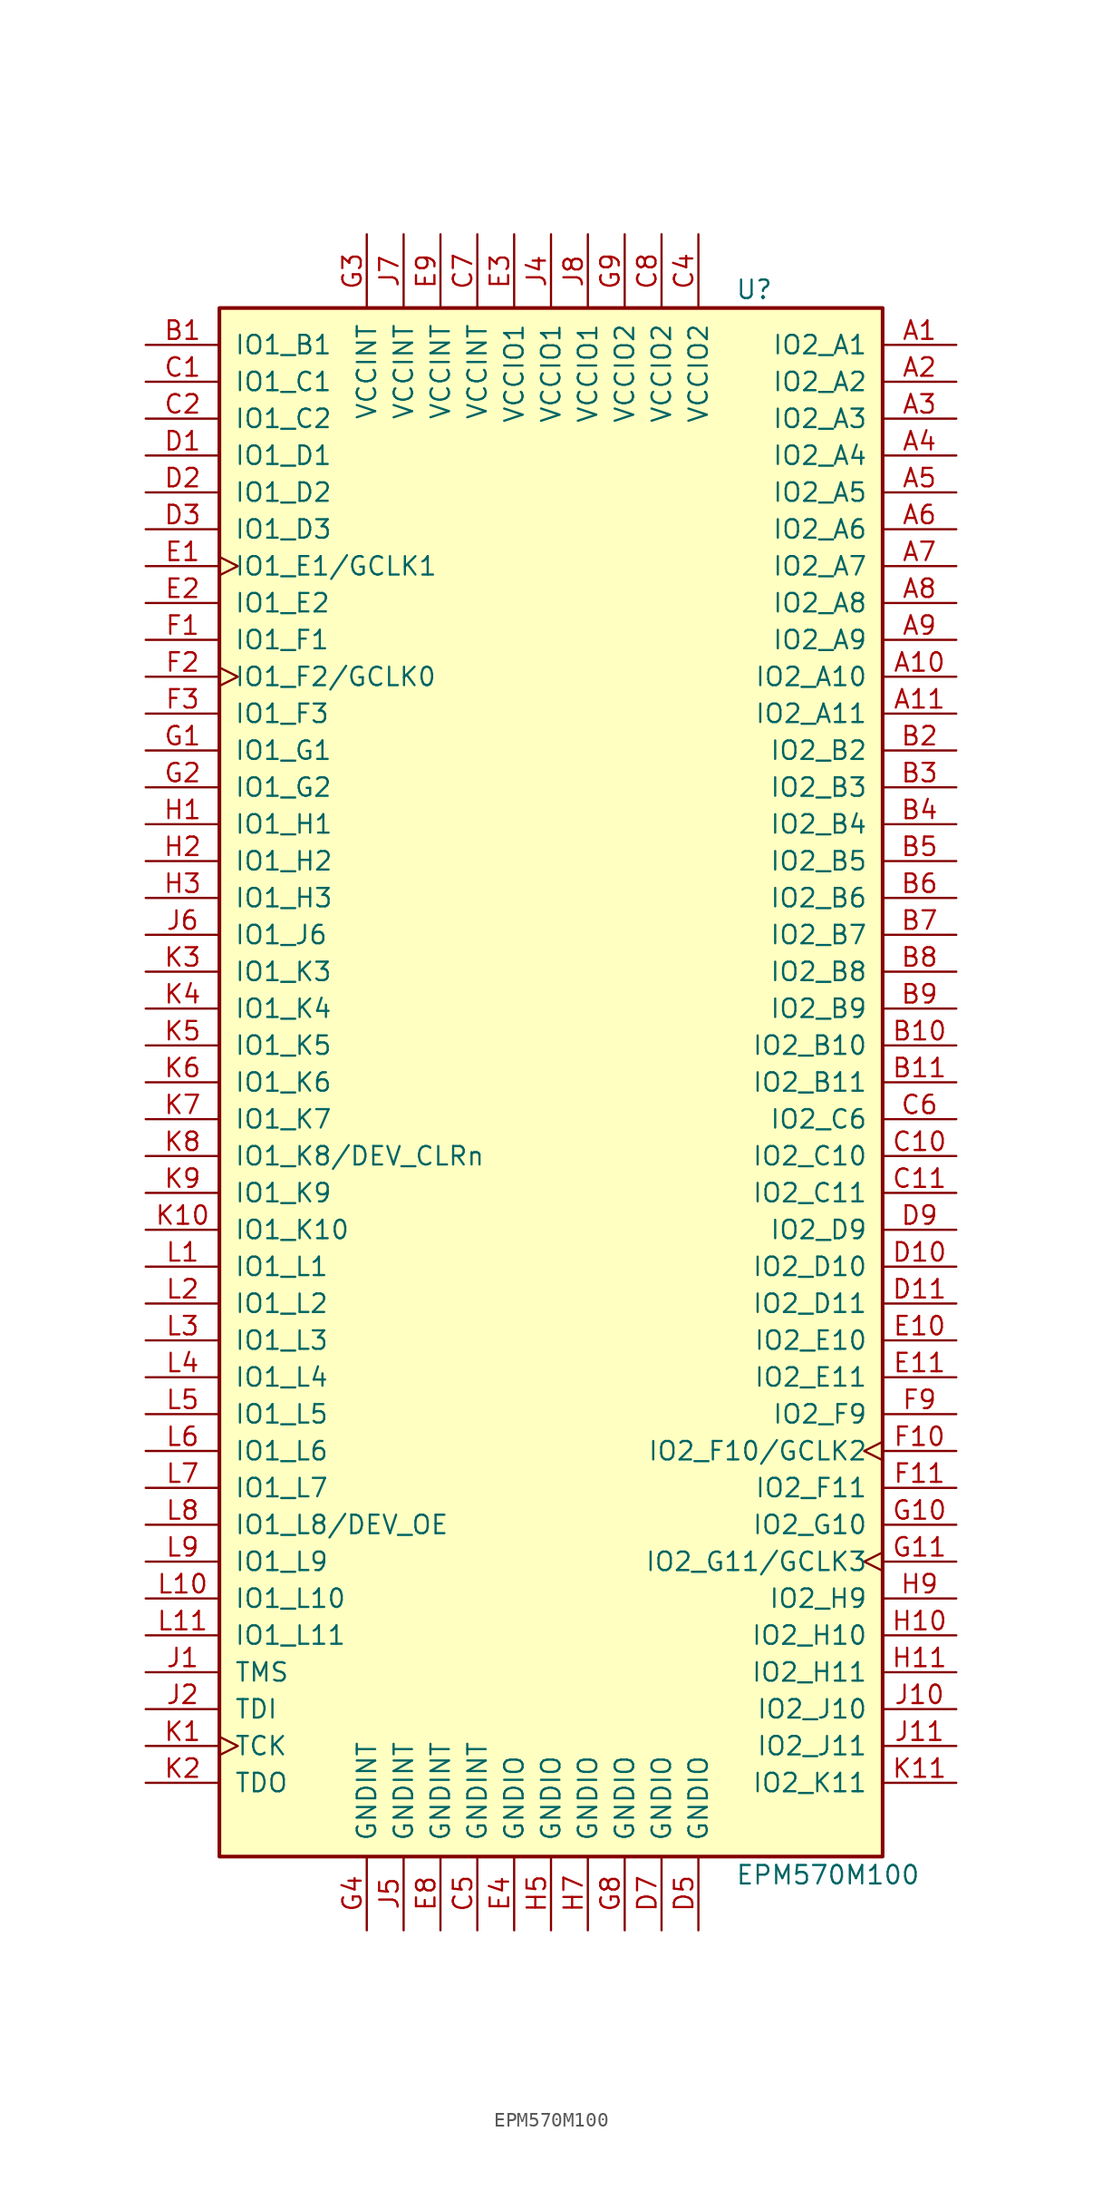
<source format=kicad_sym>
(kicad_symbol_lib
  (version 20220914)
  (generator kicad_symbol_editor)
  (symbol "EPM570M100"
    (pin_names
      (offset 1.016))
    (property "Reference" "U"
      (at 12.7 54.61 0)
      (effects (font (size 1.27 1.27)) (justify left)))
    (property "Value" "EPM570M100"
      (at 12.7 -54.61 0)
      (effects (font (size 1.27 1.27)) (justify left)))
    (property "ki_locked" ""
      (at 0 0 0)
      (effects (font (size 1.27 1.27))))
    (symbol "EPM570M100_1_1"
      (rectangle (start -22.86 53.34) (end 22.86 -53.34) (stroke (width 0.254) (type default)) (fill (type background)))
      (pin bidirectional line (at 27.94 50.8 180) (length 5.08) (name "IO2_A1" (effects (font (size 1.27 1.27)))) (number "A1" (effects (font (size 1.27 1.27)))))
      (pin bidirectional line (at 27.94 27.94 180) (length 5.08) (name "IO2_A10" (effects (font (size 1.27 1.27)))) (number "A10" (effects (font (size 1.27 1.27)))))
      (pin bidirectional line (at 27.94 25.4 180) (length 5.08) (name "IO2_A11" (effects (font (size 1.27 1.27)))) (number "A11" (effects (font (size 1.27 1.27)))))
      (pin bidirectional line (at 27.94 48.26 180) (length 5.08) (name "IO2_A2" (effects (font (size 1.27 1.27)))) (number "A2" (effects (font (size 1.27 1.27)))))
      (pin bidirectional line (at 27.94 45.72 180) (length 5.08) (name "IO2_A3" (effects (font (size 1.27 1.27)))) (number "A3" (effects (font (size 1.27 1.27)))))
      (pin bidirectional line (at 27.94 43.18 180) (length 5.08) (name "IO2_A4" (effects (font (size 1.27 1.27)))) (number "A4" (effects (font (size 1.27 1.27)))))
      (pin bidirectional line (at 27.94 40.64 180) (length 5.08) (name "IO2_A5" (effects (font (size 1.27 1.27)))) (number "A5" (effects (font (size 1.27 1.27)))))
      (pin bidirectional line (at 27.94 38.1 180) (length 5.08) (name "IO2_A6" (effects (font (size 1.27 1.27)))) (number "A6" (effects (font (size 1.27 1.27)))))
      (pin bidirectional line (at 27.94 35.56 180) (length 5.08) (name "IO2_A7" (effects (font (size 1.27 1.27)))) (number "A7" (effects (font (size 1.27 1.27)))))
      (pin bidirectional line (at 27.94 33.02 180) (length 5.08) (name "IO2_A8" (effects (font (size 1.27 1.27)))) (number "A8" (effects (font (size 1.27 1.27)))))
      (pin bidirectional line (at 27.94 30.48 180) (length 5.08) (name "IO2_A9" (effects (font (size 1.27 1.27)))) (number "A9" (effects (font (size 1.27 1.27)))))
      (pin bidirectional line (at -27.94 50.8 0) (length 5.08) (name "IO1_B1" (effects (font (size 1.27 1.27)))) (number "B1" (effects (font (size 1.27 1.27)))))
      (pin bidirectional line (at 27.94 2.54 180) (length 5.08) (name "IO2_B10" (effects (font (size 1.27 1.27)))) (number "B10" (effects (font (size 1.27 1.27)))))
      (pin bidirectional line (at 27.94 0 180) (length 5.08) (name "IO2_B11" (effects (font (size 1.27 1.27)))) (number "B11" (effects (font (size 1.27 1.27)))))
      (pin bidirectional line (at 27.94 22.86 180) (length 5.08) (name "IO2_B2" (effects (font (size 1.27 1.27)))) (number "B2" (effects (font (size 1.27 1.27)))))
      (pin bidirectional line (at 27.94 20.32 180) (length 5.08) (name "IO2_B3" (effects (font (size 1.27 1.27)))) (number "B3" (effects (font (size 1.27 1.27)))))
      (pin bidirectional line (at 27.94 17.78 180) (length 5.08) (name "IO2_B4" (effects (font (size 1.27 1.27)))) (number "B4" (effects (font (size 1.27 1.27)))))
      (pin bidirectional line (at 27.94 15.24 180) (length 5.08) (name "IO2_B5" (effects (font (size 1.27 1.27)))) (number "B5" (effects (font (size 1.27 1.27)))))
      (pin bidirectional line (at 27.94 12.7 180) (length 5.08) (name "IO2_B6" (effects (font (size 1.27 1.27)))) (number "B6" (effects (font (size 1.27 1.27)))))
      (pin bidirectional line (at 27.94 10.16 180) (length 5.08) (name "IO2_B7" (effects (font (size 1.27 1.27)))) (number "B7" (effects (font (size 1.27 1.27)))))
      (pin bidirectional line (at 27.94 7.62 180) (length 5.08) (name "IO2_B8" (effects (font (size 1.27 1.27)))) (number "B8" (effects (font (size 1.27 1.27)))))
      (pin bidirectional line (at 27.94 5.08 180) (length 5.08) (name "IO2_B9" (effects (font (size 1.27 1.27)))) (number "B9" (effects (font (size 1.27 1.27)))))
      (pin bidirectional line (at -27.94 48.26 0) (length 5.08) (name "IO1_C1" (effects (font (size 1.27 1.27)))) (number "C1" (effects (font (size 1.27 1.27)))))
      (pin bidirectional line (at 27.94 -5.08 180) (length 5.08) (name "IO2_C10" (effects (font (size 1.27 1.27)))) (number "C10" (effects (font (size 1.27 1.27)))))
      (pin bidirectional line (at 27.94 -7.62 180) (length 5.08) (name "IO2_C11" (effects (font (size 1.27 1.27)))) (number "C11" (effects (font (size 1.27 1.27)))))
      (pin bidirectional line (at -27.94 45.72 0) (length 5.08) (name "IO1_C2" (effects (font (size 1.27 1.27)))) (number "C2" (effects (font (size 1.27 1.27)))))
      (pin power_in line (at 10.16 58.42 270) (length 5.08) (name "VCCIO2" (effects (font (size 1.27 1.27)))) (number "C4" (effects (font (size 1.27 1.27)))))
      (pin power_in line (at -5.08 -58.42 90) (length 5.08) (name "GNDINT" (effects (font (size 1.27 1.27)))) (number "C5" (effects (font (size 1.27 1.27)))))
      (pin bidirectional line (at 27.94 -2.54 180) (length 5.08) (name "IO2_C6" (effects (font (size 1.27 1.27)))) (number "C6" (effects (font (size 1.27 1.27)))))
      (pin power_in line (at -5.08 58.42 270) (length 5.08) (name "VCCINT" (effects (font (size 1.27 1.27)))) (number "C7" (effects (font (size 1.27 1.27)))))
      (pin power_in line (at 7.62 58.42 270) (length 5.08) (name "VCCIO2" (effects (font (size 1.27 1.27)))) (number "C8" (effects (font (size 1.27 1.27)))))
      (pin bidirectional line (at -27.94 43.18 0) (length 5.08) (name "IO1_D1" (effects (font (size 1.27 1.27)))) (number "D1" (effects (font (size 1.27 1.27)))))
      (pin bidirectional line (at 27.94 -12.7 180) (length 5.08) (name "IO2_D10" (effects (font (size 1.27 1.27)))) (number "D10" (effects (font (size 1.27 1.27)))))
      (pin bidirectional line (at 27.94 -15.24 180) (length 5.08) (name "IO2_D11" (effects (font (size 1.27 1.27)))) (number "D11" (effects (font (size 1.27 1.27)))))
      (pin bidirectional line (at -27.94 40.64 0) (length 5.08) (name "IO1_D2" (effects (font (size 1.27 1.27)))) (number "D2" (effects (font (size 1.27 1.27)))))
      (pin bidirectional line (at -27.94 38.1 0) (length 5.08) (name "IO1_D3" (effects (font (size 1.27 1.27)))) (number "D3" (effects (font (size 1.27 1.27)))))
      (pin power_in line (at 10.16 -58.42 90) (length 5.08) (name "GNDIO" (effects (font (size 1.27 1.27)))) (number "D5" (effects (font (size 1.27 1.27)))))
      (pin power_in line (at 7.62 -58.42 90) (length 5.08) (name "GNDIO" (effects (font (size 1.27 1.27)))) (number "D7" (effects (font (size 1.27 1.27)))))
      (pin bidirectional line (at 27.94 -10.16 180) (length 5.08) (name "IO2_D9" (effects (font (size 1.27 1.27)))) (number "D9" (effects (font (size 1.27 1.27)))))
      (pin bidirectional clock (at -27.94 35.56 0) (length 5.08) (name "IO1_E1/GCLK1" (effects (font (size 1.27 1.27)))) (number "E1" (effects (font (size 1.27 1.27)))))
      (pin bidirectional line (at 27.94 -17.78 180) (length 5.08) (name "IO2_E10" (effects (font (size 1.27 1.27)))) (number "E10" (effects (font (size 1.27 1.27)))))
      (pin bidirectional line (at 27.94 -20.32 180) (length 5.08) (name "IO2_E11" (effects (font (size 1.27 1.27)))) (number "E11" (effects (font (size 1.27 1.27)))))
      (pin bidirectional line (at -27.94 33.02 0) (length 5.08) (name "IO1_E2" (effects (font (size 1.27 1.27)))) (number "E2" (effects (font (size 1.27 1.27)))))
      (pin power_in line (at -2.54 58.42 270) (length 5.08) (name "VCCIO1" (effects (font (size 1.27 1.27)))) (number "E3" (effects (font (size 1.27 1.27)))))
      (pin power_in line (at -2.54 -58.42 90) (length 5.08) (name "GNDIO" (effects (font (size 1.27 1.27)))) (number "E4" (effects (font (size 1.27 1.27)))))
      (pin power_in line (at -7.62 -58.42 90) (length 5.08) (name "GNDINT" (effects (font (size 1.27 1.27)))) (number "E8" (effects (font (size 1.27 1.27)))))
      (pin power_in line (at -7.62 58.42 270) (length 5.08) (name "VCCINT" (effects (font (size 1.27 1.27)))) (number "E9" (effects (font (size 1.27 1.27)))))
      (pin bidirectional line (at -27.94 30.48 0) (length 5.08) (name "IO1_F1" (effects (font (size 1.27 1.27)))) (number "F1" (effects (font (size 1.27 1.27)))))
      (pin bidirectional clock (at 27.94 -25.4 180) (length 5.08) (name "IO2_F10/GCLK2" (effects (font (size 1.27 1.27)))) (number "F10" (effects (font (size 1.27 1.27)))))
      (pin bidirectional line (at 27.94 -27.94 180) (length 5.08) (name "IO2_F11" (effects (font (size 1.27 1.27)))) (number "F11" (effects (font (size 1.27 1.27)))))
      (pin bidirectional clock (at -27.94 27.94 0) (length 5.08) (name "IO1_F2/GCLK0" (effects (font (size 1.27 1.27)))) (number "F2" (effects (font (size 1.27 1.27)))))
      (pin bidirectional line (at -27.94 25.4 0) (length 5.08) (name "IO1_F3" (effects (font (size 1.27 1.27)))) (number "F3" (effects (font (size 1.27 1.27)))))
      (pin bidirectional line (at 27.94 -22.86 180) (length 5.08) (name "IO2_F9" (effects (font (size 1.27 1.27)))) (number "F9" (effects (font (size 1.27 1.27)))))
      (pin bidirectional line (at -27.94 22.86 0) (length 5.08) (name "IO1_G1" (effects (font (size 1.27 1.27)))) (number "G1" (effects (font (size 1.27 1.27)))))
      (pin bidirectional line (at 27.94 -30.48 180) (length 5.08) (name "IO2_G10" (effects (font (size 1.27 1.27)))) (number "G10" (effects (font (size 1.27 1.27)))))
      (pin bidirectional clock (at 27.94 -33.02 180) (length 5.08) (name "IO2_G11/GCLK3" (effects (font (size 1.27 1.27)))) (number "G11" (effects (font (size 1.27 1.27)))))
      (pin bidirectional line (at -27.94 20.32 0) (length 5.08) (name "IO1_G2" (effects (font (size 1.27 1.27)))) (number "G2" (effects (font (size 1.27 1.27)))))
      (pin power_in line (at -12.7 58.42 270) (length 5.08) (name "VCCINT" (effects (font (size 1.27 1.27)))) (number "G3" (effects (font (size 1.27 1.27)))))
      (pin power_in line (at -12.7 -58.42 90) (length 5.08) (name "GNDINT" (effects (font (size 1.27 1.27)))) (number "G4" (effects (font (size 1.27 1.27)))))
      (pin power_in line (at 5.08 -58.42 90) (length 5.08) (name "GNDIO" (effects (font (size 1.27 1.27)))) (number "G8" (effects (font (size 1.27 1.27)))))
      (pin power_in line (at 5.08 58.42 270) (length 5.08) (name "VCCIO2" (effects (font (size 1.27 1.27)))) (number "G9" (effects (font (size 1.27 1.27)))))
      (pin bidirectional line (at -27.94 17.78 0) (length 5.08) (name "IO1_H1" (effects (font (size 1.27 1.27)))) (number "H1" (effects (font (size 1.27 1.27)))))
      (pin bidirectional line (at 27.94 -38.1 180) (length 5.08) (name "IO2_H10" (effects (font (size 1.27 1.27)))) (number "H10" (effects (font (size 1.27 1.27)))))
      (pin bidirectional line (at 27.94 -40.64 180) (length 5.08) (name "IO2_H11" (effects (font (size 1.27 1.27)))) (number "H11" (effects (font (size 1.27 1.27)))))
      (pin bidirectional line (at -27.94 15.24 0) (length 5.08) (name "IO1_H2" (effects (font (size 1.27 1.27)))) (number "H2" (effects (font (size 1.27 1.27)))))
      (pin bidirectional line (at -27.94 12.7 0) (length 5.08) (name "IO1_H3" (effects (font (size 1.27 1.27)))) (number "H3" (effects (font (size 1.27 1.27)))))
      (pin power_in line (at 0 -58.42 90) (length 5.08) (name "GNDIO" (effects (font (size 1.27 1.27)))) (number "H5" (effects (font (size 1.27 1.27)))))
      (pin power_in line (at 2.54 -58.42 90) (length 5.08) (name "GNDIO" (effects (font (size 1.27 1.27)))) (number "H7" (effects (font (size 1.27 1.27)))))
      (pin bidirectional line (at 27.94 -35.56 180) (length 5.08) (name "IO2_H9" (effects (font (size 1.27 1.27)))) (number "H9" (effects (font (size 1.27 1.27)))))
      (pin input line (at -27.94 -40.64 0) (length 5.08) (name "TMS" (effects (font (size 1.27 1.27)))) (number "J1" (effects (font (size 1.27 1.27)))))
      (pin bidirectional line (at 27.94 -43.18 180) (length 5.08) (name "IO2_J10" (effects (font (size 1.27 1.27)))) (number "J10" (effects (font (size 1.27 1.27)))))
      (pin bidirectional line (at 27.94 -45.72 180) (length 5.08) (name "IO2_J11" (effects (font (size 1.27 1.27)))) (number "J11" (effects (font (size 1.27 1.27)))))
      (pin input line (at -27.94 -43.18 0) (length 5.08) (name "TDI" (effects (font (size 1.27 1.27)))) (number "J2" (effects (font (size 1.27 1.27)))))
      (pin power_in line (at 0 58.42 270) (length 5.08) (name "VCCIO1" (effects (font (size 1.27 1.27)))) (number "J4" (effects (font (size 1.27 1.27)))))
      (pin power_in line (at -10.16 -58.42 90) (length 5.08) (name "GNDINT" (effects (font (size 1.27 1.27)))) (number "J5" (effects (font (size 1.27 1.27)))))
      (pin bidirectional line (at -27.94 10.16 0) (length 5.08) (name "IO1_J6" (effects (font (size 1.27 1.27)))) (number "J6" (effects (font (size 1.27 1.27)))))
      (pin power_in line (at -10.16 58.42 270) (length 5.08) (name "VCCINT" (effects (font (size 1.27 1.27)))) (number "J7" (effects (font (size 1.27 1.27)))))
      (pin power_in line (at 2.54 58.42 270) (length 5.08) (name "VCCIO1" (effects (font (size 1.27 1.27)))) (number "J8" (effects (font (size 1.27 1.27)))))
      (pin input clock (at -27.94 -45.72 0) (length 5.08) (name "TCK" (effects (font (size 1.27 1.27)))) (number "K1" (effects (font (size 1.27 1.27)))))
      (pin bidirectional line (at -27.94 -10.16 0) (length 5.08) (name "IO1_K10" (effects (font (size 1.27 1.27)))) (number "K10" (effects (font (size 1.27 1.27)))))
      (pin bidirectional line (at 27.94 -48.26 180) (length 5.08) (name "IO2_K11" (effects (font (size 1.27 1.27)))) (number "K11" (effects (font (size 1.27 1.27)))))
      (pin output line (at -27.94 -48.26 0) (length 5.08) (name "TDO" (effects (font (size 1.27 1.27)))) (number "K2" (effects (font (size 1.27 1.27)))))
      (pin bidirectional line (at -27.94 7.62 0) (length 5.08) (name "IO1_K3" (effects (font (size 1.27 1.27)))) (number "K3" (effects (font (size 1.27 1.27)))))
      (pin bidirectional line (at -27.94 5.08 0) (length 5.08) (name "IO1_K4" (effects (font (size 1.27 1.27)))) (number "K4" (effects (font (size 1.27 1.27)))))
      (pin bidirectional line (at -27.94 2.54 0) (length 5.08) (name "IO1_K5" (effects (font (size 1.27 1.27)))) (number "K5" (effects (font (size 1.27 1.27)))))
      (pin bidirectional line (at -27.94 0 0) (length 5.08) (name "IO1_K6" (effects (font (size 1.27 1.27)))) (number "K6" (effects (font (size 1.27 1.27)))))
      (pin bidirectional line (at -27.94 -2.54 0) (length 5.08) (name "IO1_K7" (effects (font (size 1.27 1.27)))) (number "K7" (effects (font (size 1.27 1.27)))))
      (pin bidirectional line (at -27.94 -5.08 0) (length 5.08) (name "IO1_K8/DEV_CLRn" (effects (font (size 1.27 1.27)))) (number "K8" (effects (font (size 1.27 1.27)))))
      (pin bidirectional line (at -27.94 -7.62 0) (length 5.08) (name "IO1_K9" (effects (font (size 1.27 1.27)))) (number "K9" (effects (font (size 1.27 1.27)))))
      (pin bidirectional line (at -27.94 -12.7 0) (length 5.08) (name "IO1_L1" (effects (font (size 1.27 1.27)))) (number "L1" (effects (font (size 1.27 1.27)))))
      (pin bidirectional line (at -27.94 -35.56 0) (length 5.08) (name "IO1_L10" (effects (font (size 1.27 1.27)))) (number "L10" (effects (font (size 1.27 1.27)))))
      (pin bidirectional line (at -27.94 -38.1 0) (length 5.08) (name "IO1_L11" (effects (font (size 1.27 1.27)))) (number "L11" (effects (font (size 1.27 1.27)))))
      (pin bidirectional line (at -27.94 -15.24 0) (length 5.08) (name "IO1_L2" (effects (font (size 1.27 1.27)))) (number "L2" (effects (font (size 1.27 1.27)))))
      (pin bidirectional line (at -27.94 -17.78 0) (length 5.08) (name "IO1_L3" (effects (font (size 1.27 1.27)))) (number "L3" (effects (font (size 1.27 1.27)))))
      (pin bidirectional line (at -27.94 -20.32 0) (length 5.08) (name "IO1_L4" (effects (font (size 1.27 1.27)))) (number "L4" (effects (font (size 1.27 1.27)))))
      (pin bidirectional line (at -27.94 -22.86 0) (length 5.08) (name "IO1_L5" (effects (font (size 1.27 1.27)))) (number "L5" (effects (font (size 1.27 1.27)))))
      (pin bidirectional line (at -27.94 -25.4 0) (length 5.08) (name "IO1_L6" (effects (font (size 1.27 1.27)))) (number "L6" (effects (font (size 1.27 1.27)))))
      (pin bidirectional line (at -27.94 -27.94 0) (length 5.08) (name "IO1_L7" (effects (font (size 1.27 1.27)))) (number "L7" (effects (font (size 1.27 1.27)))))
      (pin bidirectional line (at -27.94 -30.48 0) (length 5.08) (name "IO1_L8/DEV_OE" (effects (font (size 1.27 1.27)))) (number "L8" (effects (font (size 1.27 1.27)))))
      (pin bidirectional line (at -27.94 -33.02 0) (length 5.08) (name "IO1_L9" (effects (font (size 1.27 1.27)))) (number "L9" (effects (font (size 1.27 1.27))))))))
</source>
